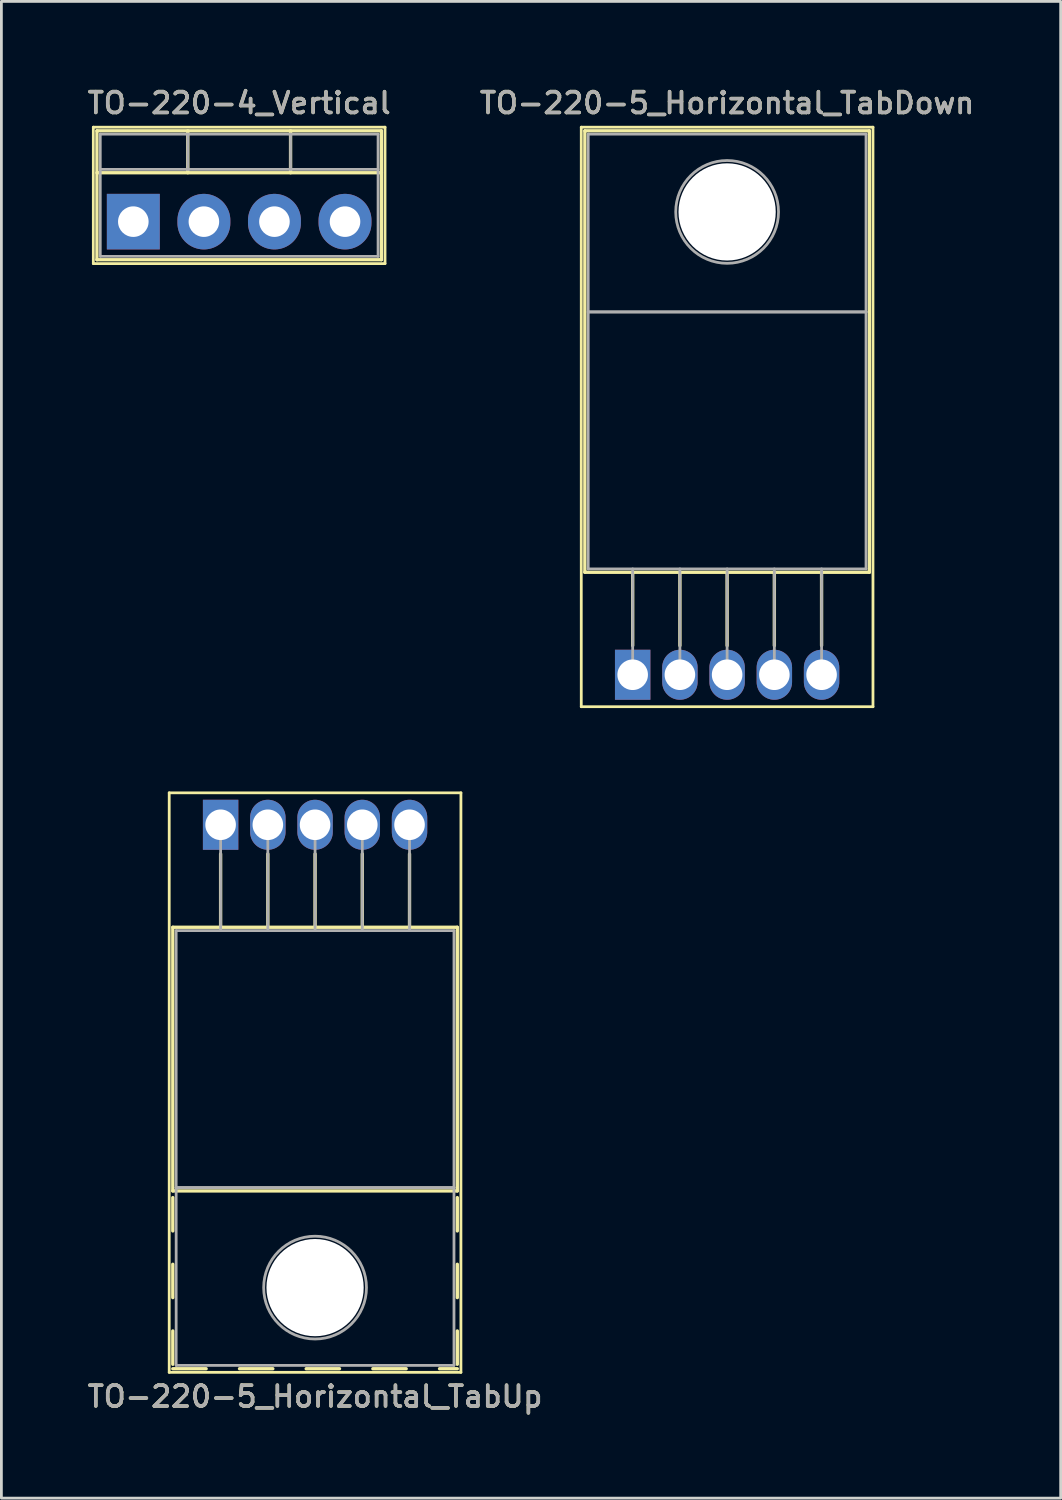
<source format=kicad_pcb>
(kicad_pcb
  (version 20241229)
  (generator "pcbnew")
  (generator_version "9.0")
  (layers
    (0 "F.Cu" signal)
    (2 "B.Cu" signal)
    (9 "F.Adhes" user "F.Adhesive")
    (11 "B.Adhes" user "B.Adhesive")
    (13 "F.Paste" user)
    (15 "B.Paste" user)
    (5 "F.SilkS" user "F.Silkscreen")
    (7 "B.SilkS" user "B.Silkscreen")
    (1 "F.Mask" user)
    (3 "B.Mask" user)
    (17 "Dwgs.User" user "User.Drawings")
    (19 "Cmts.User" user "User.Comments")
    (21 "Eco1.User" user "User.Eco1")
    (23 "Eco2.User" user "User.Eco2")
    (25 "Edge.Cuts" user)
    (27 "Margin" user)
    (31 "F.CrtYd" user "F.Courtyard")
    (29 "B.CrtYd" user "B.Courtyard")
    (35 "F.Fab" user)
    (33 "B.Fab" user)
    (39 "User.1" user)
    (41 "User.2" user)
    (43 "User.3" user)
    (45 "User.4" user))
  (footprint "TO-220-4_Vertical"
    (layer "F.Cu")
    (at 1.749 4.928)
    (property "Reference" "TO-220-4_Vertical" (at 3.81 -4.27 0) (layer "F.SilkS") (effects (font (size 0.75 0.75) (thickness 0.125))))
    (attr through_hole)
    (fp_line (start -1.44 -3.4) (end -1.44 1.51) (stroke (width 0.1) (type solid)) (layer "F.SilkS"))
    (fp_line (start -1.44 1.51) (end 9.06 1.51) (stroke (width 0.1) (type solid)) (layer "F.SilkS"))
    (fp_line (start -1.31 -3.27) (end -1.31 1.371) (stroke (width 0.12) (type solid)) (layer "F.SilkS"))
    (fp_line (start -1.31 -3.27) (end 8.93 -3.27) (stroke (width 0.12) (type solid)) (layer "F.SilkS"))
    (fp_line (start -1.31 -1.76) (end 8.93 -1.76) (stroke (width 0.12) (type solid)) (layer "F.SilkS"))
    (fp_line (start -1.31 1.371) (end 8.93 1.371) (stroke (width 0.12) (type solid)) (layer "F.SilkS"))
    (fp_line (start 1.96 -3.27) (end 1.96 -1.76) (stroke (width 0.12) (type solid)) (layer "F.SilkS"))
    (fp_line (start 5.66 -3.27) (end 5.66 -1.76) (stroke (width 0.12) (type solid)) (layer "F.SilkS"))
    (fp_line (start 8.93 -3.27) (end 8.93 1.371) (stroke (width 0.12) (type solid)) (layer "F.SilkS"))
    (fp_line (start 9.06 -3.4) (end -1.44 -3.4) (stroke (width 0.1) (type solid)) (layer "F.SilkS"))
    (fp_line (start 9.06 1.51) (end 9.06 -3.4) (stroke (width 0.1) (type solid)) (layer "F.SilkS"))
    (fp_line (start -1.19 -3.15) (end -1.19 1.25) (stroke (width 0.1) (type solid)) (layer "F.Fab"))
    (fp_line (start -1.19 -1.88) (end 8.81 -1.88) (stroke (width 0.1) (type solid)) (layer "F.Fab"))
    (fp_line (start -1.19 1.25) (end 8.81 1.25) (stroke (width 0.1) (type solid)) (layer "F.Fab"))
    (fp_line (start 1.96 -3.15) (end 1.96 -1.88) (stroke (width 0.1) (type solid)) (layer "F.Fab"))
    (fp_line (start 5.66 -3.15) (end 5.66 -1.88) (stroke (width 0.1) (type solid)) (layer "F.Fab"))
    (fp_line (start 8.81 -3.15) (end -1.19 -3.15) (stroke (width 0.1) (type solid)) (layer "F.Fab"))
    (fp_line (start 8.81 1.25) (end 8.81 -3.15) (stroke (width 0.1) (type solid)) (layer "F.Fab"))
    (fp_text user "${REFERENCE}" (at 3.81 -4.27 0) (layer "F.Fab") (effects (font (size 0.75 0.75) (thickness 0.125))))
    (pad "1" thru_hole rect (at 0 0) (size 1.905 2) (drill 1.1) (layers "*.Cu" "*.Mask"))
    (pad "2" thru_hole oval (at 2.54 0) (size 1.905 2) (drill 1.1) (layers "*.Cu" "*.Mask"))
    (pad "3" thru_hole oval (at 5.08 0) (size 1.905 2) (drill 1.1) (layers "*.Cu" "*.Mask"))
    (pad "4" thru_hole oval (at 7.62 0) (size 1.905 2) (drill 1.1) (layers "*.Cu" "*.Mask")))
  (footprint "TO-220-5_Horizontal_TabDown"
    (layer "F.Cu")
    (at 19.723 21.238)
    (property "Reference" "TO-220-5_Horizontal_TabDown" (at 3.4 -20.58 0) (layer "F.SilkS") (effects (font (size 0.75 0.75) (thickness 0.125))))
    (attr through_hole)
    (fp_line (start -1.85 -19.71) (end -1.85 1.15) (stroke (width 0.1) (type solid)) (layer "F.SilkS"))
    (fp_line (start -1.85 1.15) (end 8.65 1.15) (stroke (width 0.1) (type solid)) (layer "F.SilkS"))
    (fp_line (start -1.721 -19.58) (end -1.721 -3.69) (stroke (width 0.12) (type solid)) (layer "F.SilkS"))
    (fp_line (start -1.721 -19.58) (end 8.52 -19.58) (stroke (width 0.12) (type solid)) (layer "F.SilkS"))
    (fp_line (start -1.721 -3.69) (end 8.52 -3.69) (stroke (width 0.12) (type solid)) (layer "F.SilkS"))
    (fp_line (start 0 -3.69) (end 0 -1.05) (stroke (width 0.12) (type solid)) (layer "F.SilkS"))
    (fp_line (start 1.7 -3.69) (end 1.7 -1.05) (stroke (width 0.12) (type solid)) (layer "F.SilkS"))
    (fp_line (start 3.4 -3.69) (end 3.4 -1.05) (stroke (width 0.12) (type solid)) (layer "F.SilkS"))
    (fp_line (start 5.1 -3.69) (end 5.1 -1.05) (stroke (width 0.12) (type solid)) (layer "F.SilkS"))
    (fp_line (start 6.8 -3.69) (end 6.8 -1.05) (stroke (width 0.12) (type solid)) (layer "F.SilkS"))
    (fp_line (start 8.52 -19.58) (end 8.52 -3.69) (stroke (width 0.12) (type solid)) (layer "F.SilkS"))
    (fp_line (start 8.65 -19.71) (end -1.85 -19.71) (stroke (width 0.1) (type solid)) (layer "F.SilkS"))
    (fp_line (start 8.65 1.15) (end 8.65 -19.71) (stroke (width 0.1) (type solid)) (layer "F.SilkS"))
    (fp_line (start -1.6 -19.46) (end 8.4 -19.46) (stroke (width 0.1) (type solid)) (layer "F.Fab"))
    (fp_line (start -1.6 -13.06) (end -1.6 -19.46) (stroke (width 0.1) (type solid)) (layer "F.Fab"))
    (fp_line (start -1.6 -13.06) (end 8.4 -13.06) (stroke (width 0.1) (type solid)) (layer "F.Fab"))
    (fp_line (start -1.6 -3.81) (end -1.6 -13.06) (stroke (width 0.1) (type solid)) (layer "F.Fab"))
    (fp_line (start 0 -3.81) (end 0 0) (stroke (width 0.1) (type solid)) (layer "F.Fab"))
    (fp_line (start 1.7 -3.81) (end 1.7 0) (stroke (width 0.1) (type solid)) (layer "F.Fab"))
    (fp_line (start 3.4 -3.81) (end 3.4 0) (stroke (width 0.1) (type solid)) (layer "F.Fab"))
    (fp_line (start 5.1 -3.81) (end 5.1 0) (stroke (width 0.1) (type solid)) (layer "F.Fab"))
    (fp_line (start 6.8 -3.81) (end 6.8 0) (stroke (width 0.1) (type solid)) (layer "F.Fab"))
    (fp_line (start 8.4 -19.46) (end 8.4 -13.06) (stroke (width 0.1) (type solid)) (layer "F.Fab"))
    (fp_line (start 8.4 -13.06) (end -1.6 -13.06) (stroke (width 0.1) (type solid)) (layer "F.Fab"))
    (fp_line (start 8.4 -13.06) (end 8.4 -3.81) (stroke (width 0.1) (type solid)) (layer "F.Fab"))
    (fp_line (start 8.4 -3.81) (end -1.6 -3.81) (stroke (width 0.1) (type solid)) (layer "F.Fab"))
    (fp_circle (center 3.4 -16.66) (end 5.25 -16.66) (stroke (width 0.1) (type solid)) (fill no) (layer "F.Fab"))
    (fp_text user "${REFERENCE}" (at 3.4 -20.58 0) (layer "F.Fab") (effects (font (size 0.75 0.75) (thickness 0.125))))
    (pad "" np_thru_hole circle (at 3.4 -16.66) (size 3.5 3.5) (drill 3.5) (layers "*.Cu" "*.Mask"))
    (pad "1" thru_hole rect (at 0 0) (size 1.275 1.8) (drill 1.1) (layers "*.Cu" "*.Mask"))
    (pad "2" thru_hole oval (at 1.7 0) (size 1.275 1.8) (drill 1.1) (layers "*.Cu" "*.Mask"))
    (pad "3" thru_hole oval (at 3.4 0) (size 1.275 1.8) (drill 1.1) (layers "*.Cu" "*.Mask"))
    (pad "4" thru_hole oval (at 5.1 0) (size 1.275 1.8) (drill 1.1) (layers "*.Cu" "*.Mask"))
    (pad "5" thru_hole oval (at 6.8 0) (size 1.275 1.8) (drill 1.1) (layers "*.Cu" "*.Mask")))
  (footprint "TO-220-5_Horizontal_TabUp"
    (layer "F.Cu")
    (at 4.891 26.638)
    (property "Reference" "TO-220-5_Horizontal_TabUp" (at 3.4 20.58 0) (layer "F.SilkS") (effects (font (size 0.75 0.75) (thickness 0.125))))
    (attr through_hole)
    (fp_line (start -1.85 -1.15) (end -1.85 19.71) (stroke (width 0.1) (type solid)) (layer "F.SilkS"))
    (fp_line (start -1.85 19.71) (end 8.65 19.71) (stroke (width 0.1) (type solid)) (layer "F.SilkS"))
    (fp_line (start -1.721 3.69) (end -1.721 13.18) (stroke (width 0.12) (type solid)) (layer "F.SilkS"))
    (fp_line (start -1.721 3.69) (end 8.52 3.69) (stroke (width 0.12) (type solid)) (layer "F.SilkS"))
    (fp_line (start -1.721 13.18) (end 8.52 13.18) (stroke (width 0.12) (type solid)) (layer "F.SilkS"))
    (fp_line (start -1.721 13.42) (end -1.721 14.62) (stroke (width 0.12) (type solid)) (layer "F.SilkS"))
    (fp_line (start -1.721 15.82) (end -1.721 17.02) (stroke (width 0.12) (type solid)) (layer "F.SilkS"))
    (fp_line (start -1.721 18.22) (end -1.721 19.42) (stroke (width 0.12) (type solid)) (layer "F.SilkS"))
    (fp_line (start -1.721 19.58) (end -0.521 19.58) (stroke (width 0.12) (type solid)) (layer "F.SilkS"))
    (fp_line (start 0 1.05) (end 0 3.69) (stroke (width 0.12) (type solid)) (layer "F.SilkS"))
    (fp_line (start 0.68 19.58) (end 1.88 19.58) (stroke (width 0.12) (type solid)) (layer "F.SilkS"))
    (fp_line (start 1.7 1.05) (end 1.7 3.69) (stroke (width 0.12) (type solid)) (layer "F.SilkS"))
    (fp_line (start 3.08 19.58) (end 4.28 19.58) (stroke (width 0.12) (type solid)) (layer "F.SilkS"))
    (fp_line (start 3.4 1.05) (end 3.4 3.69) (stroke (width 0.12) (type solid)) (layer "F.SilkS"))
    (fp_line (start 5.1 1.05) (end 5.1 3.69) (stroke (width 0.12) (type solid)) (layer "F.SilkS"))
    (fp_line (start 5.48 19.58) (end 6.68 19.58) (stroke (width 0.12) (type solid)) (layer "F.SilkS"))
    (fp_line (start 6.8 1.05) (end 6.8 3.69) (stroke (width 0.12) (type solid)) (layer "F.SilkS"))
    (fp_line (start 7.88 19.58) (end 8.52 19.58) (stroke (width 0.12) (type solid)) (layer "F.SilkS"))
    (fp_line (start 8.52 3.69) (end 8.52 13.18) (stroke (width 0.12) (type solid)) (layer "F.SilkS"))
    (fp_line (start 8.52 13.42) (end 8.52 14.62) (stroke (width 0.12) (type solid)) (layer "F.SilkS"))
    (fp_line (start 8.52 15.82) (end 8.52 17.02) (stroke (width 0.12) (type solid)) (layer "F.SilkS"))
    (fp_line (start 8.52 18.22) (end 8.52 19.42) (stroke (width 0.12) (type solid)) (layer "F.SilkS"))
    (fp_line (start 8.65 -1.15) (end -1.85 -1.15) (stroke (width 0.1) (type solid)) (layer "F.SilkS"))
    (fp_line (start 8.65 19.71) (end 8.65 -1.15) (stroke (width 0.1) (type solid)) (layer "F.SilkS"))
    (fp_line (start -1.6 3.81) (end -1.6 13.06) (stroke (width 0.1) (type solid)) (layer "F.Fab"))
    (fp_line (start -1.6 13.06) (end -1.6 19.46) (stroke (width 0.1) (type solid)) (layer "F.Fab"))
    (fp_line (start -1.6 13.06) (end 8.4 13.06) (stroke (width 0.1) (type solid)) (layer "F.Fab"))
    (fp_line (start -1.6 19.46) (end 8.4 19.46) (stroke (width 0.1) (type solid)) (layer "F.Fab"))
    (fp_line (start 0 3.81) (end 0 0) (stroke (width 0.1) (type solid)) (layer "F.Fab"))
    (fp_line (start 1.7 3.81) (end 1.7 0) (stroke (width 0.1) (type solid)) (layer "F.Fab"))
    (fp_line (start 3.4 3.81) (end 3.4 0) (stroke (width 0.1) (type solid)) (layer "F.Fab"))
    (fp_line (start 5.1 3.81) (end 5.1 0) (stroke (width 0.1) (type solid)) (layer "F.Fab"))
    (fp_line (start 6.8 3.81) (end 6.8 0) (stroke (width 0.1) (type solid)) (layer "F.Fab"))
    (fp_line (start 8.4 3.81) (end -1.6 3.81) (stroke (width 0.1) (type solid)) (layer "F.Fab"))
    (fp_line (start 8.4 13.06) (end -1.6 13.06) (stroke (width 0.1) (type solid)) (layer "F.Fab"))
    (fp_line (start 8.4 13.06) (end 8.4 3.81) (stroke (width 0.1) (type solid)) (layer "F.Fab"))
    (fp_line (start 8.4 19.46) (end 8.4 13.06) (stroke (width 0.1) (type solid)) (layer "F.Fab"))
    (fp_circle (center 3.4 16.66) (end 5.25 16.66) (stroke (width 0.1) (type solid)) (fill no) (layer "F.Fab"))
    (fp_text user "${REFERENCE}" (at 3.4 20.58 0) (layer "F.Fab") (effects (font (size 0.75 0.75) (thickness 0.125))))
    (pad "" np_thru_hole circle (at 3.4 16.66) (size 3.5 3.5) (drill 3.5) (layers "*.Cu" "*.Mask"))
    (pad "1" thru_hole rect (at 0 0) (size 1.275 1.8) (drill 1.1) (layers "*.Cu" "*.Mask"))
    (pad "2" thru_hole oval (at 1.7 0) (size 1.275 1.8) (drill 1.1) (layers "*.Cu" "*.Mask"))
    (pad "3" thru_hole oval (at 3.4 0) (size 1.275 1.8) (drill 1.1) (layers "*.Cu" "*.Mask"))
    (pad "4" thru_hole oval (at 5.1 0) (size 1.275 1.8) (drill 1.1) (layers "*.Cu" "*.Mask"))
    (pad "5" thru_hole oval (at 6.8 0) (size 1.275 1.8) (drill 1.1) (layers "*.Cu" "*.Mask")))
  (gr_rect
    (start -3 -3)
    (end 35.129 50.876)
    (stroke (width 0.1) (type default))
    (fill no)
    (layer "Edge.Cuts")))
</source>
